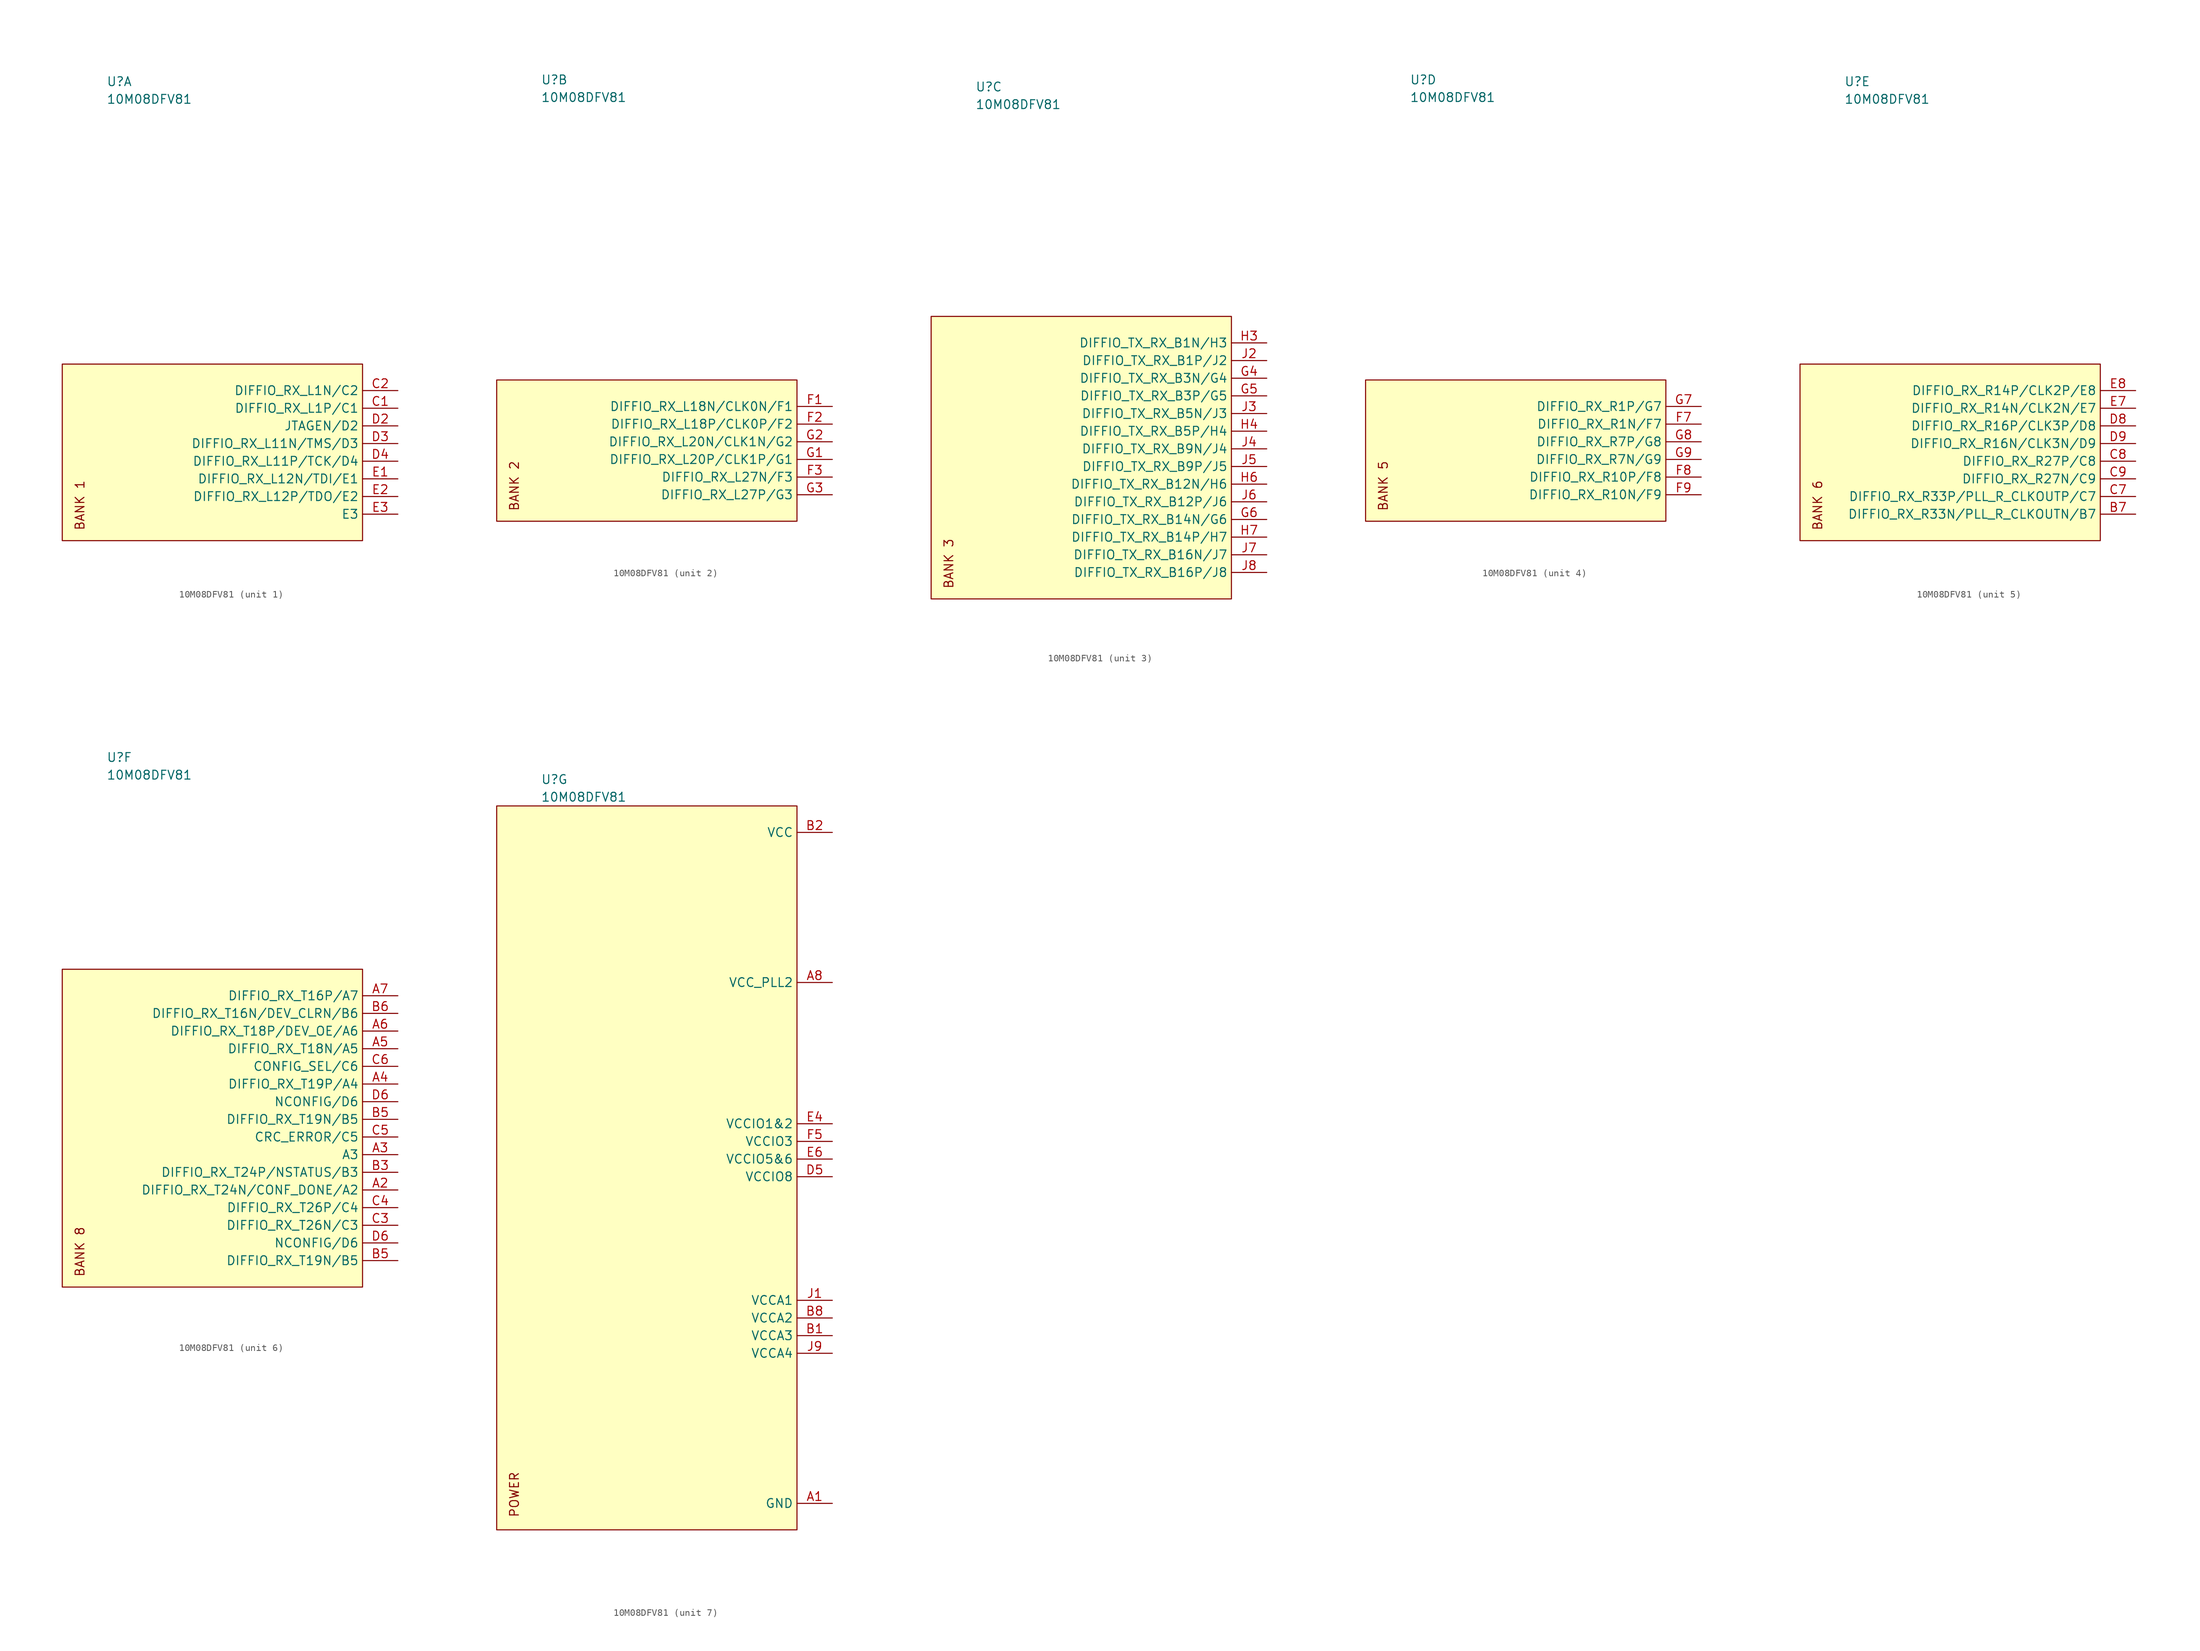
<source format=kicad_sym>
(kicad_symbol_lib
  (version 20211014)
  (generator kicad_symbol_editor)
  (symbol "10M08DFV81"
    (property "Reference" "U"
      (at -15.24 53.34 0)
      (effects (font (size 1.27 1.27)) (justify left)))
    (property "Value" "10M08DFV81"
      (at -15.24 50.8 0)
      (effects (font (size 1.27 1.27)) (justify left)))
    (property "ki_locked" ""
      (at 0 0 0)
      (effects (font (size 1.27 1.27))))
    (symbol "10M08DFV81_1_0"
      (text "BANK 1" (at -19.05 -7.62 900) (effects (font (size 1.27 1.27)))))
    (symbol "10M08DFV81_1_1"
      (rectangle (start -21.59 12.7) (end 21.59 -12.7) (stroke (width 0.152) (type default) (color 0 0 0 0)) (fill (type background)))
      (pin bidirectional line (at 26.67 6.35 180) (length 5.08) (name "DIFFIO_RX_L1P/C1" (effects (font (size 1.27 1.27)))) (number "C1" (effects (font (size 1.27 1.27)))))
      (pin bidirectional line (at 26.67 8.89 180) (length 5.08) (name "DIFFIO_RX_L1N/C2" (effects (font (size 1.27 1.27)))) (number "C2" (effects (font (size 1.27 1.27)))))
      (pin bidirectional line (at 26.67 3.81 180) (length 5.08) (name "JTAGEN/D2" (effects (font (size 1.27 1.27)))) (number "D2" (effects (font (size 1.27 1.27)))))
      (pin bidirectional line (at 26.67 1.27 180) (length 5.08) (name "DIFFIO_RX_L11N/TMS/D3" (effects (font (size 1.27 1.27)))) (number "D3" (effects (font (size 1.27 1.27)))))
      (pin bidirectional line (at 26.67 -1.27 180) (length 5.08) (name "DIFFIO_RX_L11P/TCK/D4" (effects (font (size 1.27 1.27)))) (number "D4" (effects (font (size 1.27 1.27)))))
      (pin bidirectional line (at 26.67 -3.81 180) (length 5.08) (name "DIFFIO_RX_L12N/TDI/E1" (effects (font (size 1.27 1.27)))) (number "E1" (effects (font (size 1.27 1.27)))))
      (pin bidirectional line (at 26.67 -6.35 180) (length 5.08) (name "DIFFIO_RX_L12P/TDO/E2" (effects (font (size 1.27 1.27)))) (number "E2" (effects (font (size 1.27 1.27)))))
      (pin bidirectional line (at 26.67 -8.89 180) (length 5.08) (name "E3" (effects (font (size 1.27 1.27)))) (number "E3" (effects (font (size 1.27 1.27))))))
    (symbol "10M08DFV81_2_0"
      (text "BANK 2" (at -19.05 -5.08 900) (effects (font (size 1.27 1.27)))))
    (symbol "10M08DFV81_2_1"
      (rectangle (start -21.59 10.16) (end 21.59 -10.16) (stroke (width 0.152) (type default) (color 0 0 0 0)) (fill (type background)))
      (pin bidirectional line (at 26.67 6.35 180) (length 5.08) (name "DIFFIO_RX_L18N/CLK0N/F1" (effects (font (size 1.27 1.27)))) (number "F1" (effects (font (size 1.27 1.27)))))
      (pin bidirectional line (at 26.67 3.81 180) (length 5.08) (name "DIFFIO_RX_L18P/CLK0P/F2" (effects (font (size 1.27 1.27)))) (number "F2" (effects (font (size 1.27 1.27)))))
      (pin bidirectional line (at 26.67 -3.81 180) (length 5.08) (name "DIFFIO_RX_L27N/F3" (effects (font (size 1.27 1.27)))) (number "F3" (effects (font (size 1.27 1.27)))))
      (pin bidirectional line (at 26.67 -1.27 180) (length 5.08) (name "DIFFIO_RX_L20P/CLK1P/G1" (effects (font (size 1.27 1.27)))) (number "G1" (effects (font (size 1.27 1.27)))))
      (pin bidirectional line (at 26.67 1.27 180) (length 5.08) (name "DIFFIO_RX_L20N/CLK1N/G2" (effects (font (size 1.27 1.27)))) (number "G2" (effects (font (size 1.27 1.27)))))
      (pin bidirectional line (at 26.67 -6.35 180) (length 5.08) (name "DIFFIO_RX_L27P/G3" (effects (font (size 1.27 1.27)))) (number "G3" (effects (font (size 1.27 1.27))))))
    (symbol "10M08DFV81_3_0"
      (text "BANK 3" (at -19.05 -15.24 900) (effects (font (size 1.27 1.27)))))
    (symbol "10M08DFV81_3_1"
      (rectangle (start -21.59 20.32) (end 21.59 -20.32) (stroke (width 0.152) (type default) (color 0 0 0 0)) (fill (type background)))
      (pin bidirectional line (at 26.67 11.43 180) (length 5.08) (name "DIFFIO_TX_RX_B3N/G4" (effects (font (size 1.27 1.27)))) (number "G4" (effects (font (size 1.27 1.27)))))
      (pin bidirectional line (at 26.67 8.89 180) (length 5.08) (name "DIFFIO_TX_RX_B3P/G5" (effects (font (size 1.27 1.27)))) (number "G5" (effects (font (size 1.27 1.27)))))
      (pin bidirectional line (at 26.67 -8.89 180) (length 5.08) (name "DIFFIO_TX_RX_B14N/G6" (effects (font (size 1.27 1.27)))) (number "G6" (effects (font (size 1.27 1.27)))))
      (pin bidirectional line (at 26.67 16.51 180) (length 5.08) (name "DIFFIO_TX_RX_B1N/H3" (effects (font (size 1.27 1.27)))) (number "H3" (effects (font (size 1.27 1.27)))))
      (pin bidirectional line (at 26.67 3.81 180) (length 5.08) (name "DIFFIO_TX_RX_B5P/H4" (effects (font (size 1.27 1.27)))) (number "H4" (effects (font (size 1.27 1.27)))))
      (pin bidirectional line (at 26.67 -3.81 180) (length 5.08) (name "DIFFIO_TX_RX_B12N/H6" (effects (font (size 1.27 1.27)))) (number "H6" (effects (font (size 1.27 1.27)))))
      (pin bidirectional line (at 26.67 -11.43 180) (length 5.08) (name "DIFFIO_TX_RX_B14P/H7" (effects (font (size 1.27 1.27)))) (number "H7" (effects (font (size 1.27 1.27)))))
      (pin bidirectional line (at 26.67 13.97 180) (length 5.08) (name "DIFFIO_TX_RX_B1P/J2" (effects (font (size 1.27 1.27)))) (number "J2" (effects (font (size 1.27 1.27)))))
      (pin bidirectional line (at 26.67 6.35 180) (length 5.08) (name "DIFFIO_TX_RX_B5N/J3" (effects (font (size 1.27 1.27)))) (number "J3" (effects (font (size 1.27 1.27)))))
      (pin bidirectional line (at 26.67 1.27 180) (length 5.08) (name "DIFFIO_TX_RX_B9N/J4" (effects (font (size 1.27 1.27)))) (number "J4" (effects (font (size 1.27 1.27)))))
      (pin bidirectional line (at 26.67 -1.27 180) (length 5.08) (name "DIFFIO_TX_RX_B9P/J5" (effects (font (size 1.27 1.27)))) (number "J5" (effects (font (size 1.27 1.27)))))
      (pin bidirectional line (at 26.67 -6.35 180) (length 5.08) (name "DIFFIO_TX_RX_B12P/J6" (effects (font (size 1.27 1.27)))) (number "J6" (effects (font (size 1.27 1.27)))))
      (pin bidirectional line (at 26.67 -13.97 180) (length 5.08) (name "DIFFIO_TX_RX_B16N/J7" (effects (font (size 1.27 1.27)))) (number "J7" (effects (font (size 1.27 1.27)))))
      (pin bidirectional line (at 26.67 -16.51 180) (length 5.08) (name "DIFFIO_TX_RX_B16P/J8" (effects (font (size 1.27 1.27)))) (number "J8" (effects (font (size 1.27 1.27))))))
    (symbol "10M08DFV81_4_0"
      (text "BANK 5" (at -19.05 -5.08 900) (effects (font (size 1.27 1.27)))))
    (symbol "10M08DFV81_4_1"
      (rectangle (start -21.59 10.16) (end 21.59 -10.16) (stroke (width 0.152) (type default) (color 0 0 0 0)) (fill (type background)))
      (pin bidirectional line (at 26.67 3.81 180) (length 5.08) (name "DIFFIO_RX_R1N/F7" (effects (font (size 1.27 1.27)))) (number "F7" (effects (font (size 1.27 1.27)))))
      (pin bidirectional line (at 26.67 -3.81 180) (length 5.08) (name "DIFFIO_RX_R10P/F8" (effects (font (size 1.27 1.27)))) (number "F8" (effects (font (size 1.27 1.27)))))
      (pin bidirectional line (at 26.67 -6.35 180) (length 5.08) (name "DIFFIO_RX_R10N/F9" (effects (font (size 1.27 1.27)))) (number "F9" (effects (font (size 1.27 1.27)))))
      (pin bidirectional line (at 26.67 6.35 180) (length 5.08) (name "DIFFIO_RX_R1P/G7" (effects (font (size 1.27 1.27)))) (number "G7" (effects (font (size 1.27 1.27)))))
      (pin bidirectional line (at 26.67 1.27 180) (length 5.08) (name "DIFFIO_RX_R7P/G8" (effects (font (size 1.27 1.27)))) (number "G8" (effects (font (size 1.27 1.27)))))
      (pin bidirectional line (at 26.67 -1.27 180) (length 5.08) (name "DIFFIO_RX_R7N/G9" (effects (font (size 1.27 1.27)))) (number "G9" (effects (font (size 1.27 1.27))))))
    (symbol "10M08DFV81_5_0"
      (text "BANK 6" (at -19.05 -7.62 900) (effects (font (size 1.27 1.27)))))
    (symbol "10M08DFV81_5_1"
      (rectangle (start -21.59 12.7) (end 21.59 -12.7) (stroke (width 0.152) (type default) (color 0 0 0 0)) (fill (type background)))
      (pin bidirectional line (at 26.67 -8.89 180) (length 5.08) (name "DIFFIO_RX_R33N/PLL_R_CLKOUTN/B7" (effects (font (size 1.27 1.27)))) (number "B7" (effects (font (size 1.27 1.27)))))
      (pin bidirectional line (at 26.67 -6.35 180) (length 5.08) (name "DIFFIO_RX_R33P/PLL_R_CLKOUTP/C7" (effects (font (size 1.27 1.27)))) (number "C7" (effects (font (size 1.27 1.27)))))
      (pin bidirectional line (at 26.67 -1.27 180) (length 5.08) (name "DIFFIO_RX_R27P/C8" (effects (font (size 1.27 1.27)))) (number "C8" (effects (font (size 1.27 1.27)))))
      (pin bidirectional line (at 26.67 -3.81 180) (length 5.08) (name "DIFFIO_RX_R27N/C9" (effects (font (size 1.27 1.27)))) (number "C9" (effects (font (size 1.27 1.27)))))
      (pin bidirectional line (at 26.67 3.81 180) (length 5.08) (name "DIFFIO_RX_R16P/CLK3P/D8" (effects (font (size 1.27 1.27)))) (number "D8" (effects (font (size 1.27 1.27)))))
      (pin bidirectional line (at 26.67 1.27 180) (length 5.08) (name "DIFFIO_RX_R16N/CLK3N/D9" (effects (font (size 1.27 1.27)))) (number "D9" (effects (font (size 1.27 1.27)))))
      (pin bidirectional line (at 26.67 6.35 180) (length 5.08) (name "DIFFIO_RX_R14N/CLK2N/E7" (effects (font (size 1.27 1.27)))) (number "E7" (effects (font (size 1.27 1.27)))))
      (pin bidirectional line (at 26.67 8.89 180) (length 5.08) (name "DIFFIO_RX_R14P/CLK2P/E8" (effects (font (size 1.27 1.27)))) (number "E8" (effects (font (size 1.27 1.27))))))
    (symbol "10M08DFV81_6_0"
      (text "BANK 8" (at -19.05 -17.78 900) (effects (font (size 1.27 1.27)))))
    (symbol "10M08DFV81_6_1"
      (rectangle (start -21.59 22.86) (end 21.59 -22.86) (stroke (width 0.152) (type default) (color 0 0 0 0)) (fill (type background)))
      (pin bidirectional line (at 26.67 -8.89 180) (length 5.08) (name "DIFFIO_RX_T24N/CONF_DONE/A2" (effects (font (size 1.27 1.27)))) (number "A2" (effects (font (size 1.27 1.27)))))
      (pin bidirectional line (at 26.67 -3.81 180) (length 5.08) (name "A3" (effects (font (size 1.27 1.27)))) (number "A3" (effects (font (size 1.27 1.27)))))
      (pin bidirectional line (at 26.67 6.35 180) (length 5.08) (name "DIFFIO_RX_T19P/A4" (effects (font (size 1.27 1.27)))) (number "A4" (effects (font (size 1.27 1.27)))))
      (pin bidirectional line (at 26.67 11.43 180) (length 5.08) (name "DIFFIO_RX_T18N/A5" (effects (font (size 1.27 1.27)))) (number "A5" (effects (font (size 1.27 1.27)))))
      (pin bidirectional line (at 26.67 13.97 180) (length 5.08) (name "DIFFIO_RX_T18P/DEV_OE/A6" (effects (font (size 1.27 1.27)))) (number "A6" (effects (font (size 1.27 1.27)))))
      (pin bidirectional line (at 26.67 19.05 180) (length 5.08) (name "DIFFIO_RX_T16P/A7" (effects (font (size 1.27 1.27)))) (number "A7" (effects (font (size 1.27 1.27)))))
      (pin bidirectional line (at 26.67 -6.35 180) (length 5.08) (name "DIFFIO_RX_T24P/NSTATUS/B3" (effects (font (size 1.27 1.27)))) (number "B3" (effects (font (size 1.27 1.27)))))
      (pin bidirectional line (at 26.67 -19.05 180) (length 5.08) (name "DIFFIO_RX_T19N/B5" (effects (font (size 1.27 1.27)))) (number "B5" (effects (font (size 1.27 1.27)))))
      (pin bidirectional line (at 26.67 1.27 180) (length 5.08) (name "DIFFIO_RX_T19N/B5" (effects (font (size 1.27 1.27)))) (number "B5" (effects (font (size 1.27 1.27)))))
      (pin bidirectional line (at 26.67 16.51 180) (length 5.08) (name "DIFFIO_RX_T16N/DEV_CLRN/B6" (effects (font (size 1.27 1.27)))) (number "B6" (effects (font (size 1.27 1.27)))))
      (pin bidirectional line (at 26.67 -13.97 180) (length 5.08) (name "DIFFIO_RX_T26N/C3" (effects (font (size 1.27 1.27)))) (number "C3" (effects (font (size 1.27 1.27)))))
      (pin bidirectional line (at 26.67 -11.43 180) (length 5.08) (name "DIFFIO_RX_T26P/C4" (effects (font (size 1.27 1.27)))) (number "C4" (effects (font (size 1.27 1.27)))))
      (pin bidirectional line (at 26.67 -1.27 180) (length 5.08) (name "CRC_ERROR/C5" (effects (font (size 1.27 1.27)))) (number "C5" (effects (font (size 1.27 1.27)))))
      (pin bidirectional line (at 26.67 8.89 180) (length 5.08) (name "CONFIG_SEL/C6" (effects (font (size 1.27 1.27)))) (number "C6" (effects (font (size 1.27 1.27)))))
      (pin bidirectional line (at 26.67 -16.51 180) (length 5.08) (name "NCONFIG/D6" (effects (font (size 1.27 1.27)))) (number "D6" (effects (font (size 1.27 1.27)))))
      (pin bidirectional line (at 26.67 3.81 180) (length 5.08) (name "NCONFIG/D6" (effects (font (size 1.27 1.27)))) (number "D6" (effects (font (size 1.27 1.27))))))
    (symbol "10M08DFV81_7_0"
      (text "POWER" (at -19.05 -49.53 900) (effects (font (size 1.27 1.27)))))
    (symbol "10M08DFV81_7_1"
      (rectangle (start -21.59 49.53) (end 21.59 -54.61) (stroke (width 0.152) (type default) (color 0 0 0 0)) (fill (type background)))
      (pin power_in line (at 26.67 -50.8 180) (length 5.08) (name "GND" (effects (font (size 1.27 1.27)))) (number "A1" (effects (font (size 1.27 1.27)))))
      (pin power_in line (at 26.67 24.13 180) (length 5.08) (name "VCC_PLL2" (effects (font (size 1.27 1.27)))) (number "A8" (effects (font (size 1.27 1.27)))))
      (pin power_in line (at 26.67 -50.8 180) (length 5.08) hide (name "GND" (effects (font (size 1.27 1.27)))) (number "A9" (effects (font (size 1.27 1.27)))))
      (pin power_in line (at 26.67 -26.67 180) (length 5.08) (name "VCCA3" (effects (font (size 1.27 1.27)))) (number "B1" (effects (font (size 1.27 1.27)))))
      (pin power_in line (at 26.67 45.72 180) (length 5.08) (name "VCC" (effects (font (size 1.27 1.27)))) (number "B2" (effects (font (size 1.27 1.27)))))
      (pin power_in line (at 26.67 -50.8 180) (length 5.08) hide (name "GND" (effects (font (size 1.27 1.27)))) (number "B4" (effects (font (size 1.27 1.27)))))
      (pin power_in line (at 26.67 -24.13 180) (length 5.08) (name "VCCA2" (effects (font (size 1.27 1.27)))) (number "B8" (effects (font (size 1.27 1.27)))))
      (pin power_in line (at 26.67 45.72 180) (length 5.08) hide (name "VCC" (effects (font (size 1.27 1.27)))) (number "B9" (effects (font (size 1.27 1.27)))))
      (pin power_in line (at 26.67 -50.8 180) (length 5.08) hide (name "GND" (effects (font (size 1.27 1.27)))) (number "D1" (effects (font (size 1.27 1.27)))))
      (pin power_in line (at 26.67 -3.81 180) (length 5.08) (name "VCCIO8" (effects (font (size 1.27 1.27)))) (number "D5" (effects (font (size 1.27 1.27)))))
      (pin power_in line (at 26.67 -50.8 180) (length 5.08) hide (name "GND" (effects (font (size 1.27 1.27)))) (number "D7" (effects (font (size 1.27 1.27)))))
      (pin power_in line (at 26.67 3.81 180) (length 5.08) (name "VCCIO1&2" (effects (font (size 1.27 1.27)))) (number "E4" (effects (font (size 1.27 1.27)))))
      (pin power_in line (at 26.67 -50.8 180) (length 5.08) hide (name "GND" (effects (font (size 1.27 1.27)))) (number "E5" (effects (font (size 1.27 1.27)))))
      (pin power_in line (at 26.67 -1.27 180) (length 5.08) (name "VCCIO5&6" (effects (font (size 1.27 1.27)))) (number "E6" (effects (font (size 1.27 1.27)))))
      (pin power_in line (at 26.67 -50.8 180) (length 5.08) hide (name "GND" (effects (font (size 1.27 1.27)))) (number "E9" (effects (font (size 1.27 1.27)))))
      (pin power_in line (at 26.67 -50.8 180) (length 5.08) hide (name "GND" (effects (font (size 1.27 1.27)))) (number "F4" (effects (font (size 1.27 1.27)))))
      (pin power_in line (at 26.67 1.27 180) (length 5.08) (name "VCCIO3" (effects (font (size 1.27 1.27)))) (number "F5" (effects (font (size 1.27 1.27)))))
      (pin power_in line (at 26.67 -50.8 180) (length 5.08) hide (name "GND" (effects (font (size 1.27 1.27)))) (number "F6" (effects (font (size 1.27 1.27)))))
      (pin power_in line (at 26.67 -50.8 180) (length 5.08) hide (name "GND" (effects (font (size 1.27 1.27)))) (number "H1" (effects (font (size 1.27 1.27)))))
      (pin power_in line (at 26.67 45.72 180) (length 5.08) hide (name "VCC" (effects (font (size 1.27 1.27)))) (number "H2" (effects (font (size 1.27 1.27)))))
      (pin power_in line (at 26.67 -50.8 180) (length 5.08) hide (name "GND" (effects (font (size 1.27 1.27)))) (number "H5" (effects (font (size 1.27 1.27)))))
      (pin power_in line (at 26.67 45.72 180) (length 5.08) hide (name "VCC" (effects (font (size 1.27 1.27)))) (number "H8" (effects (font (size 1.27 1.27)))))
      (pin power_in line (at 26.67 -50.8 180) (length 5.08) hide (name "GND" (effects (font (size 1.27 1.27)))) (number "H9" (effects (font (size 1.27 1.27)))))
      (pin power_in line (at 26.67 -21.59 180) (length 5.08) (name "VCCA1" (effects (font (size 1.27 1.27)))) (number "J1" (effects (font (size 1.27 1.27)))))
      (pin power_in line (at 26.67 -29.21 180) (length 5.08) (name "VCCA4" (effects (font (size 1.27 1.27)))) (number "J9" (effects (font (size 1.27 1.27))))))))
</source>
